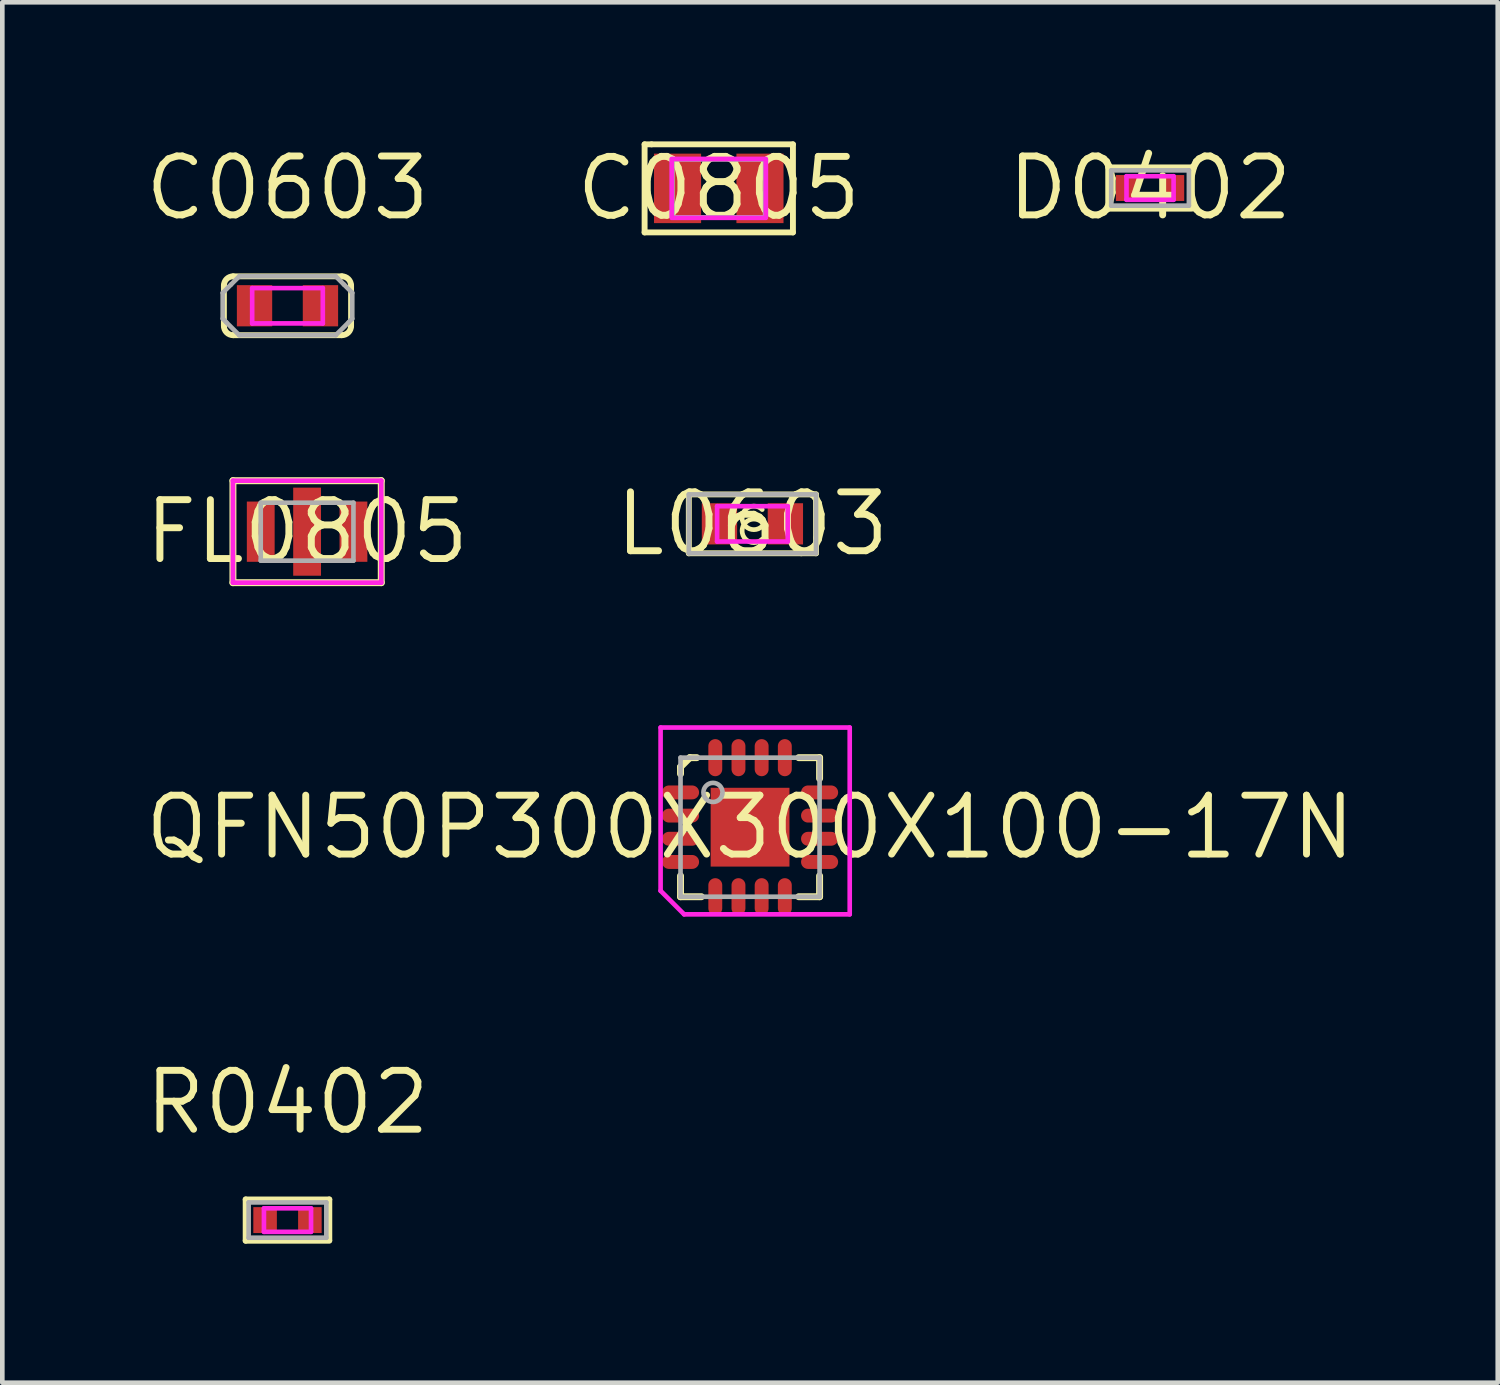
<source format=kicad_pcb>
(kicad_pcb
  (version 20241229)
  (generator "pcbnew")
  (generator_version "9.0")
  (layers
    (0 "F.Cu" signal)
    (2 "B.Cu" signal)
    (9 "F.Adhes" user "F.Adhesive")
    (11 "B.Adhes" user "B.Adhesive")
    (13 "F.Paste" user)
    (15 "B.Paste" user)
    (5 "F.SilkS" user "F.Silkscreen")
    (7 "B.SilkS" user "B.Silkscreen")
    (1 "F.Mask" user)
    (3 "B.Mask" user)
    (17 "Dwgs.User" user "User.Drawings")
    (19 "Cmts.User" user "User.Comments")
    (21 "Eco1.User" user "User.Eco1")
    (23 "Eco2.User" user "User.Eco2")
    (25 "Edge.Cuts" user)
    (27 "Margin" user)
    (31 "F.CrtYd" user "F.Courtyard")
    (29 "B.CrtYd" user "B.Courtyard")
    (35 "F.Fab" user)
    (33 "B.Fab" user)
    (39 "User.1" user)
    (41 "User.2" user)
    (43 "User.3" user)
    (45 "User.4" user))
  (footprint "L0603"
    (layer "F.Cu")
    (at 13.182 8.251)
    (property "Reference" "L0603" (at 0 0 180) (layer "F.SilkS") (effects (font (size 1.27 1.27) (thickness 0.15))))
    (fp_line (start -1.372 -0.635) (end 1.372 -0.635) (stroke (width 0.127) (type solid)) (layer "F.SilkS"))
    (fp_line (start -1.372 0.635) (end -1.372 -0.635) (stroke (width 0.127) (type solid)) (layer "F.SilkS"))
    (fp_line (start 1.054 0.635) (end -1.372 0.635) (stroke (width 0.127) (type solid)) (layer "F.SilkS"))
    (fp_line (start 1.372 -0.635) (end 1.372 0.305) (stroke (width 0.127) (type solid)) (layer "F.SilkS"))
    (fp_line (start 1.372 0.301) (end 1.372 0.635) (stroke (width 0.127) (type solid)) (layer "F.SilkS"))
    (fp_line (start 1.372 0.635) (end 1.054 0.635) (stroke (width 0.127) (type solid)) (layer "F.SilkS"))
    (fp_arc (start 0.211099 0.0508) (mid -0.222486 -0.128805) (end 0.2111 -0.308407) (stroke (width 0.1016) (type solid)) (layer "F.SilkS"))
    (fp_arc (start 0.211099 0.3302) (mid -0.222486 0.150595) (end 0.2111 -0.029007) (stroke (width 0.1016) (type solid)) (layer "F.SilkS"))
    (fp_line (start -0.762 -0.381) (end 0.762 -0.381) (stroke (width 0.1) (type solid)) (layer "F.CrtYd"))
    (fp_line (start -0.762 0.381) (end -0.762 -0.381) (stroke (width 0.1) (type solid)) (layer "F.CrtYd"))
    (fp_line (start 0.762 -0.381) (end 0.762 0.381) (stroke (width 0.1) (type solid)) (layer "F.CrtYd"))
    (fp_line (start 0.762 0.381) (end -0.762 0.381) (stroke (width 0.1) (type solid)) (layer "F.CrtYd"))
    (fp_line (start -1.372 -0.635) (end -1.372 0.635) (stroke (width 0.1) (type solid)) (layer "F.Fab"))
    (fp_line (start -1.372 0.635) (end 1.372 0.635) (stroke (width 0.1) (type solid)) (layer "F.Fab"))
    (fp_line (start 1.372 -0.635) (end -1.372 -0.635) (stroke (width 0.1) (type solid)) (layer "F.Fab"))
    (fp_line (start 1.372 0.635) (end 1.372 -0.635) (stroke (width 0.1) (type solid)) (layer "F.Fab"))
    (pad "1" smd rect (at 0.711 0 180) (size 0.762 0.889) (layers "F.Cu" "F.Mask" "F.Paste"))
    (pad "2" smd rect (at -0.711 0 180) (size 0.762 0.889) (layers "F.Cu" "F.Mask" "F.Paste")))
  (footprint "C0805"
    (layer "F.Cu")
    (at 12.456 1.014)
    (property "Reference" "C0805" (at 0 0 0) (layer "F.SilkS") (effects (font (size 1.27 1.27) (thickness 0.15))))
    (fp_line (start -1.6 -0.95) (end -1.45 -0.95) (stroke (width 0.127) (type solid)) (layer "F.SilkS"))
    (fp_line (start -1.6 0.95) (end -1.6 -0.95) (stroke (width 0.127) (type solid)) (layer "F.SilkS"))
    (fp_line (start -1.45 -0.95) (end 1.6 -0.95) (stroke (width 0.127) (type solid)) (layer "F.SilkS"))
    (fp_line (start 1.6 -0.95) (end 1.6 0.95) (stroke (width 0.127) (type solid)) (layer "F.SilkS"))
    (fp_line (start 1.6 0.95) (end -1.6 0.95) (stroke (width 0.127) (type solid)) (layer "F.SilkS"))
    (fp_rect (start -1.016 0.635) (end 1.016 -0.635) (stroke (width 0.1) (type solid)) (fill no) (layer "F.CrtYd"))
    (fp_line (start -1 -0.625) (end -1 0.625) (stroke (width 0.1) (type solid)) (layer "F.Fab"))
    (fp_line (start -1 0.625) (end 1 0.625) (stroke (width 0.1) (type solid)) (layer "F.Fab"))
    (fp_line (start 1 -0.625) (end -1 -0.625) (stroke (width 0.1) (type solid)) (layer "F.Fab"))
    (fp_line (start 1 0.625) (end 1 -0.625) (stroke (width 0.1) (type solid)) (layer "F.Fab"))
    (pad "1" smd rect (at -0.889 0) (size 1.016 1.499) (layers "F.Cu" "F.Mask" "F.Paste"))
    (pad "2" smd rect (at 0.889 0) (size 1.016 1.499) (layers "F.Cu" "F.Mask" "F.Paste")))
  (footprint "FL0805"
    (layer "F.Cu")
    (at 3.575 8.42)
    (property "Reference" "FL0805" (at 0 0 180) (layer "F.SilkS") (effects (font (size 1.27 1.27) (thickness 0.15))))
    (fp_line (start -1.6 -1.1) (end -1.6 1.1) (stroke (width 0.15) (type solid)) (layer "F.SilkS"))
    (fp_line (start -1.6 1.1) (end 1.6 1.1) (stroke (width 0.15) (type solid)) (layer "F.SilkS"))
    (fp_line (start 1.6 -1.1) (end -1.6 -1.1) (stroke (width 0.15) (type solid)) (layer "F.SilkS"))
    (fp_line (start 1.6 1.1) (end 1.6 -1.1) (stroke (width 0.15) (type solid)) (layer "F.SilkS"))
    (fp_line (start -1.6 -1.1) (end 1.6 -1.1) (stroke (width 0.1) (type solid)) (layer "F.CrtYd"))
    (fp_line (start -1.6 1.1) (end -1.6 -1.1) (stroke (width 0.1) (type solid)) (layer "F.CrtYd"))
    (fp_line (start 1.6 -1.1) (end 1.6 1.1) (stroke (width 0.1) (type solid)) (layer "F.CrtYd"))
    (fp_line (start 1.6 1.1) (end -1.6 1.1) (stroke (width 0.1) (type solid)) (layer "F.CrtYd"))
    (fp_line (start -1 -0.625) (end -1 0.625) (stroke (width 0.1) (type solid)) (layer "F.Fab"))
    (fp_line (start -1 0.625) (end 1 0.625) (stroke (width 0.1) (type solid)) (layer "F.Fab"))
    (fp_line (start 1 -0.625) (end -1 -0.625) (stroke (width 0.1) (type solid)) (layer "F.Fab"))
    (fp_line (start 1 0.625) (end 1 -0.625) (stroke (width 0.1) (type solid)) (layer "F.Fab"))
    (pad "1" smd rect (at 1 0 180) (size 0.6 1.3) (layers "F.Cu" "F.Mask" "F.Paste"))
    (pad "2" smd rect (at 0 0 180) (size 0.6 1.9) (layers "F.Cu" "F.Mask" "F.Paste"))
    (pad "3" smd rect (at -1 0 180) (size 0.6 1.3) (layers "F.Cu" "F.Mask" "F.Paste")))
  (footprint "QFN50P300X300X100-17N"
    (layer "F.Cu")
    (at 13.131 14.795)
    (property "Reference" "QFN50P300X300X100-17N" (at 0 0 0) (layer "F.SilkS") (effects (font (size 1.27 1.27) (thickness 0.15))))
    (fp_line (start -1.5 -1.3) (end -1.3 -1.5) (stroke (width 0.15) (type solid)) (layer "F.SilkS"))
    (fp_line (start -1.5 -1.15) (end -1.5 -1.3) (stroke (width 0.15) (type solid)) (layer "F.SilkS"))
    (fp_line (start -1.5 1.05) (end -1.5 1.5) (stroke (width 0.15) (type solid)) (layer "F.SilkS"))
    (fp_line (start -1.5 1.5) (end -1.05 1.5) (stroke (width 0.15) (type solid)) (layer "F.SilkS"))
    (fp_line (start -1.3 -1.5) (end -1.15 -1.5) (stroke (width 0.15) (type solid)) (layer "F.SilkS"))
    (fp_line (start 1.5 -1.5) (end 1.05 -1.5) (stroke (width 0.15) (type solid)) (layer "F.SilkS"))
    (fp_line (start 1.5 -1.05) (end 1.5 -1.5) (stroke (width 0.15) (type solid)) (layer "F.SilkS"))
    (fp_line (start 1.5 1.05) (end 1.5 1.5) (stroke (width 0.15) (type solid)) (layer "F.SilkS"))
    (fp_line (start 1.5 1.5) (end 1.05 1.5) (stroke (width 0.15) (type solid)) (layer "F.SilkS"))
    (fp_line (start -1.93 -2.15) (end 2.15 -2.15) (stroke (width 0.1) (type solid)) (layer "F.CrtYd"))
    (fp_line (start -1.93 1.372) (end -1.93 -2.15) (stroke (width 0.1) (type solid)) (layer "F.CrtYd"))
    (fp_line (start -1.422 1.88) (end -1.93 1.372) (stroke (width 0.1) (type solid)) (layer "F.CrtYd"))
    (fp_line (start 2.15 -2.15) (end 2.15 1.88) (stroke (width 0.1) (type solid)) (layer "F.CrtYd"))
    (fp_line (start 2.15 1.88) (end -1.422 1.88) (stroke (width 0.1) (type solid)) (layer "F.CrtYd"))
    (fp_line (start -1.5 -1.5) (end 1.5 -1.5) (stroke (width 0.1) (type solid)) (layer "F.Fab"))
    (fp_line (start -1.5 1.5) (end -1.5 -1.5) (stroke (width 0.1) (type solid)) (layer "F.Fab"))
    (fp_line (start 1.5 -1.5) (end 1.5 1.5) (stroke (width 0.1) (type solid)) (layer "F.Fab"))
    (fp_line (start 1.5 1.5) (end -1.5 1.5) (stroke (width 0.1) (type solid)) (layer "F.Fab"))
    (fp_arc (start -1.006196 -0.750011) (mid -0.59383 -0.749999) (end -1.006196 -0.750011) (stroke (width 0.1) (type solid)) (layer "F.Fab"))
    (pad "1" smd oval (at -1.5 -0.75) (size 0.8 0.3) (layers "F.Cu" "F.Mask" "F.Paste"))
    (pad "2" smd oval (at -1.5 -0.25) (size 0.8 0.3) (layers "F.Cu" "F.Mask" "F.Paste"))
    (pad "3" smd oval (at -1.5 0.25) (size 0.8 0.3) (layers "F.Cu" "F.Mask" "F.Paste"))
    (pad "4" smd oval (at -1.5 0.75) (size 0.8 0.3) (layers "F.Cu" "F.Mask" "F.Paste"))
    (pad "5" smd oval (at -0.75 1.5 270) (size 0.8 0.3) (layers "F.Cu" "F.Mask" "F.Paste"))
    (pad "6" smd oval (at -0.25 1.5 270) (size 0.8 0.3) (layers "F.Cu" "F.Mask" "F.Paste"))
    (pad "7" smd oval (at 0.25 1.5 270) (size 0.8 0.3) (layers "F.Cu" "F.Mask" "F.Paste"))
    (pad "8" smd oval (at 0.75 1.5 270) (size 0.8 0.3) (layers "F.Cu" "F.Mask" "F.Paste"))
    (pad "9" smd oval (at 1.5 0.75 180) (size 0.8 0.3) (layers "F.Cu" "F.Mask" "F.Paste"))
    (pad "10" smd oval (at 1.5 0.25 180) (size 0.8 0.3) (layers "F.Cu" "F.Mask" "F.Paste"))
    (pad "11" smd oval (at 1.5 -0.25 180) (size 0.8 0.3) (layers "F.Cu" "F.Mask" "F.Paste"))
    (pad "12" smd oval (at 1.5 -0.75 180) (size 0.8 0.3) (layers "F.Cu" "F.Mask" "F.Paste"))
    (pad "13" smd oval (at 0.75 -1.5 90) (size 0.8 0.3) (layers "F.Cu" "F.Mask" "F.Paste"))
    (pad "14" smd oval (at 0.25 -1.5 90) (size 0.8 0.3) (layers "F.Cu" "F.Mask" "F.Paste"))
    (pad "15" smd oval (at -0.25 -1.5 90) (size 0.8 0.3) (layers "F.Cu" "F.Mask" "F.Paste"))
    (pad "16" smd oval (at -0.75 -1.5 90) (size 0.8 0.3) (layers "F.Cu" "F.Mask" "F.Paste"))
    (pad "17" smd rect (at 0 0) (size 1.7 1.7) (layers "F.Cu" "F.Mask" "F.Paste")))
  (footprint "C0603"
    (layer "F.Cu")
    (at 3.152 3.546)
    (property "Reference" "C0603" (at 0 -2.54 180) (layer "F.SilkS") (effects (font (size 1.27 1.27) (thickness 0.15))))
    (fp_line (start -1.372 0.435) (end -1.372 -0.435) (stroke (width 0.127) (type solid)) (layer "F.SilkS"))
    (fp_line (start -1.172 -0.635) (end 1.172 -0.635) (stroke (width 0.127) (type solid)) (layer "F.SilkS"))
    (fp_line (start 1.172 0.635) (end -1.172 0.635) (stroke (width 0.127) (type solid)) (layer "F.SilkS"))
    (fp_line (start 1.372 -0.435) (end 1.372 0.435) (stroke (width 0.127) (type solid)) (layer "F.SilkS"))
    (fp_arc (start -1.3716 -0.434998) (mid -1.313021 -0.57642) (end -1.1716 -0.635) (stroke (width 0.127) (type solid)) (layer "F.SilkS"))
    (fp_arc (start -1.1716 0.635) (mid -1.313022 0.576422) (end -1.3716 0.435) (stroke (width 0.127) (type solid)) (layer "F.SilkS"))
    (fp_arc (start 1.171598 -0.635) (mid 1.31302 -0.576421) (end 1.3716 -0.435) (stroke (width 0.127) (type solid)) (layer "F.SilkS"))
    (fp_arc (start 1.3716 0.435) (mid 1.313022 0.576422) (end 1.1716 0.635) (stroke (width 0.127) (type solid)) (layer "F.SilkS"))
    (fp_line (start -0.762 -0.381) (end 0.762 -0.381) (stroke (width 0.1) (type solid)) (layer "F.CrtYd"))
    (fp_line (start -0.762 0.381) (end -0.762 -0.381) (stroke (width 0.1) (type solid)) (layer "F.CrtYd"))
    (fp_line (start 0.762 -0.381) (end 0.762 0.381) (stroke (width 0.1) (type solid)) (layer "F.CrtYd"))
    (fp_line (start 0.762 0.381) (end -0.762 0.381) (stroke (width 0.1) (type solid)) (layer "F.CrtYd"))
    (fp_line (start -1.397 -0.279) (end -1.397 0.279) (stroke (width 0.1) (type solid)) (layer "F.Fab"))
    (fp_line (start -1.397 0.279) (end -1.321 0.356) (stroke (width 0.1) (type solid)) (layer "F.Fab"))
    (fp_line (start -1.321 0.356) (end -1.041 0.635) (stroke (width 0.1) (type solid)) (layer "F.Fab"))
    (fp_line (start -1.219 -0.457) (end -1.397 -0.279) (stroke (width 0.1) (type solid)) (layer "F.Fab"))
    (fp_line (start -1.041 -0.635) (end -1.219 -0.457) (stroke (width 0.1) (type solid)) (layer "F.Fab"))
    (fp_line (start -1.041 0.635) (end 1.041 0.635) (stroke (width 0.1) (type solid)) (layer "F.Fab"))
    (fp_line (start 1.041 -0.635) (end -1.041 -0.635) (stroke (width 0.1) (type solid)) (layer "F.Fab"))
    (fp_line (start 1.041 0.635) (end 1.321 0.356) (stroke (width 0.1) (type solid)) (layer "F.Fab"))
    (fp_line (start 1.219 -0.457) (end 1.041 -0.635) (stroke (width 0.1) (type solid)) (layer "F.Fab"))
    (fp_line (start 1.321 0.356) (end 1.397 0.279) (stroke (width 0.1) (type solid)) (layer "F.Fab"))
    (fp_line (start 1.397 -0.279) (end 1.219 -0.457) (stroke (width 0.1) (type solid)) (layer "F.Fab"))
    (fp_line (start 1.397 0.279) (end 1.397 -0.279) (stroke (width 0.1) (type solid)) (layer "F.Fab"))
    (pad "1" smd rect (at -0.711 0) (size 0.762 0.889) (layers "F.Cu" "F.Mask" "F.Paste"))
    (pad "2" smd rect (at 0.711 0) (size 0.762 0.889) (layers "F.Cu" "F.Mask" "F.Paste")))
  (footprint "R0402"
    (layer "F.Cu")
    (at 3.152 23.271)
    (property "Reference" "R0402" (at 0 -2.54 180) (layer "F.SilkS") (effects (font (size 1.27 1.27) (thickness 0.15))))
    (fp_line (start -0.902 -0.445) (end 0.902 -0.445) (stroke (width 0.127) (type solid)) (layer "F.SilkS"))
    (fp_line (start -0.902 0.445) (end -0.902 -0.445) (stroke (width 0.127) (type solid)) (layer "F.SilkS"))
    (fp_line (start 0.902 -0.445) (end 0.902 0.432) (stroke (width 0.127) (type solid)) (layer "F.SilkS"))
    (fp_line (start 0.902 0.445) (end -0.902 0.445) (stroke (width 0.127) (type solid)) (layer "F.SilkS"))
    (fp_line (start -0.508 -0.254) (end 0.508 -0.254) (stroke (width 0.1) (type solid)) (layer "F.CrtYd"))
    (fp_line (start -0.508 0.254) (end -0.508 -0.254) (stroke (width 0.1) (type solid)) (layer "F.CrtYd"))
    (fp_line (start 0.508 -0.254) (end 0.508 0.254) (stroke (width 0.1) (type solid)) (layer "F.CrtYd"))
    (fp_line (start 0.508 0.254) (end -0.508 0.254) (stroke (width 0.1) (type solid)) (layer "F.CrtYd"))
    (fp_line (start -0.838 -0.381) (end 0.838 -0.381) (stroke (width 0.1) (type solid)) (layer "F.Fab"))
    (fp_line (start -0.838 0.381) (end -0.838 -0.381) (stroke (width 0.1) (type solid)) (layer "F.Fab"))
    (fp_line (start 0.838 -0.381) (end 0.838 0.381) (stroke (width 0.1) (type solid)) (layer "F.Fab"))
    (fp_line (start 0.838 0.381) (end -0.838 0.381) (stroke (width 0.1) (type solid)) (layer "F.Fab"))
    (pad "1" smd rect (at 0.483 0 180) (size 0.508 0.559) (layers "F.Cu" "F.Mask" "F.Paste"))
    (pad "2" smd rect (at -0.483 0 180) (size 0.508 0.559) (layers "F.Cu" "F.Mask" "F.Paste")))
  (footprint "D0402"
    (layer "F.Cu")
    (at 21.76 1.006)
    (property "Reference" "D0402" (at 0 0 180) (layer "F.SilkS") (effects (font (size 1.27 1.27) (thickness 0.15))))
    (fp_line (start -0.902 -0.445) (end 0.902 -0.445) (stroke (width 0.127) (type solid)) (layer "F.SilkS"))
    (fp_line (start -0.902 0.445) (end -0.902 -0.445) (stroke (width 0.127) (type solid)) (layer "F.SilkS"))
    (fp_line (start 0.902 -0.445) (end 0.902 0.432) (stroke (width 0.127) (type solid)) (layer "F.SilkS"))
    (fp_line (start 0.902 0.445) (end -0.902 0.445) (stroke (width 0.127) (type solid)) (layer "F.SilkS"))
    (fp_line (start -0.508 -0.254) (end 0.508 -0.254) (stroke (width 0.1) (type solid)) (layer "F.CrtYd"))
    (fp_line (start -0.508 0.254) (end -0.508 -0.254) (stroke (width 0.1) (type solid)) (layer "F.CrtYd"))
    (fp_line (start 0.508 -0.254) (end 0.508 0.254) (stroke (width 0.1) (type solid)) (layer "F.CrtYd"))
    (fp_line (start 0.508 0.254) (end -0.508 0.254) (stroke (width 0.1) (type solid)) (layer "F.CrtYd"))
    (fp_line (start -0.838 -0.381) (end 0.838 -0.381) (stroke (width 0.1) (type solid)) (layer "F.Fab"))
    (fp_line (start -0.838 0.381) (end -0.838 -0.381) (stroke (width 0.1) (type solid)) (layer "F.Fab"))
    (fp_line (start 0.838 -0.381) (end 0.838 0.381) (stroke (width 0.1) (type solid)) (layer "F.Fab"))
    (fp_line (start 0.838 0.381) (end -0.838 0.381) (stroke (width 0.1) (type solid)) (layer "F.Fab"))
    (pad "1" smd rect (at 0.483 0 180) (size 0.508 0.559) (layers "F.Cu" "F.Mask" "F.Paste"))
    (pad "2" smd rect (at -0.483 0 180) (size 0.508 0.559) (layers "F.Cu" "F.Mask" "F.Paste")))
  (gr_rect
    (start -3 -3)
    (end 29.261 26.779)
    (stroke (width 0.1) (type default))
    (fill no)
    (layer "Edge.Cuts")))
</source>
